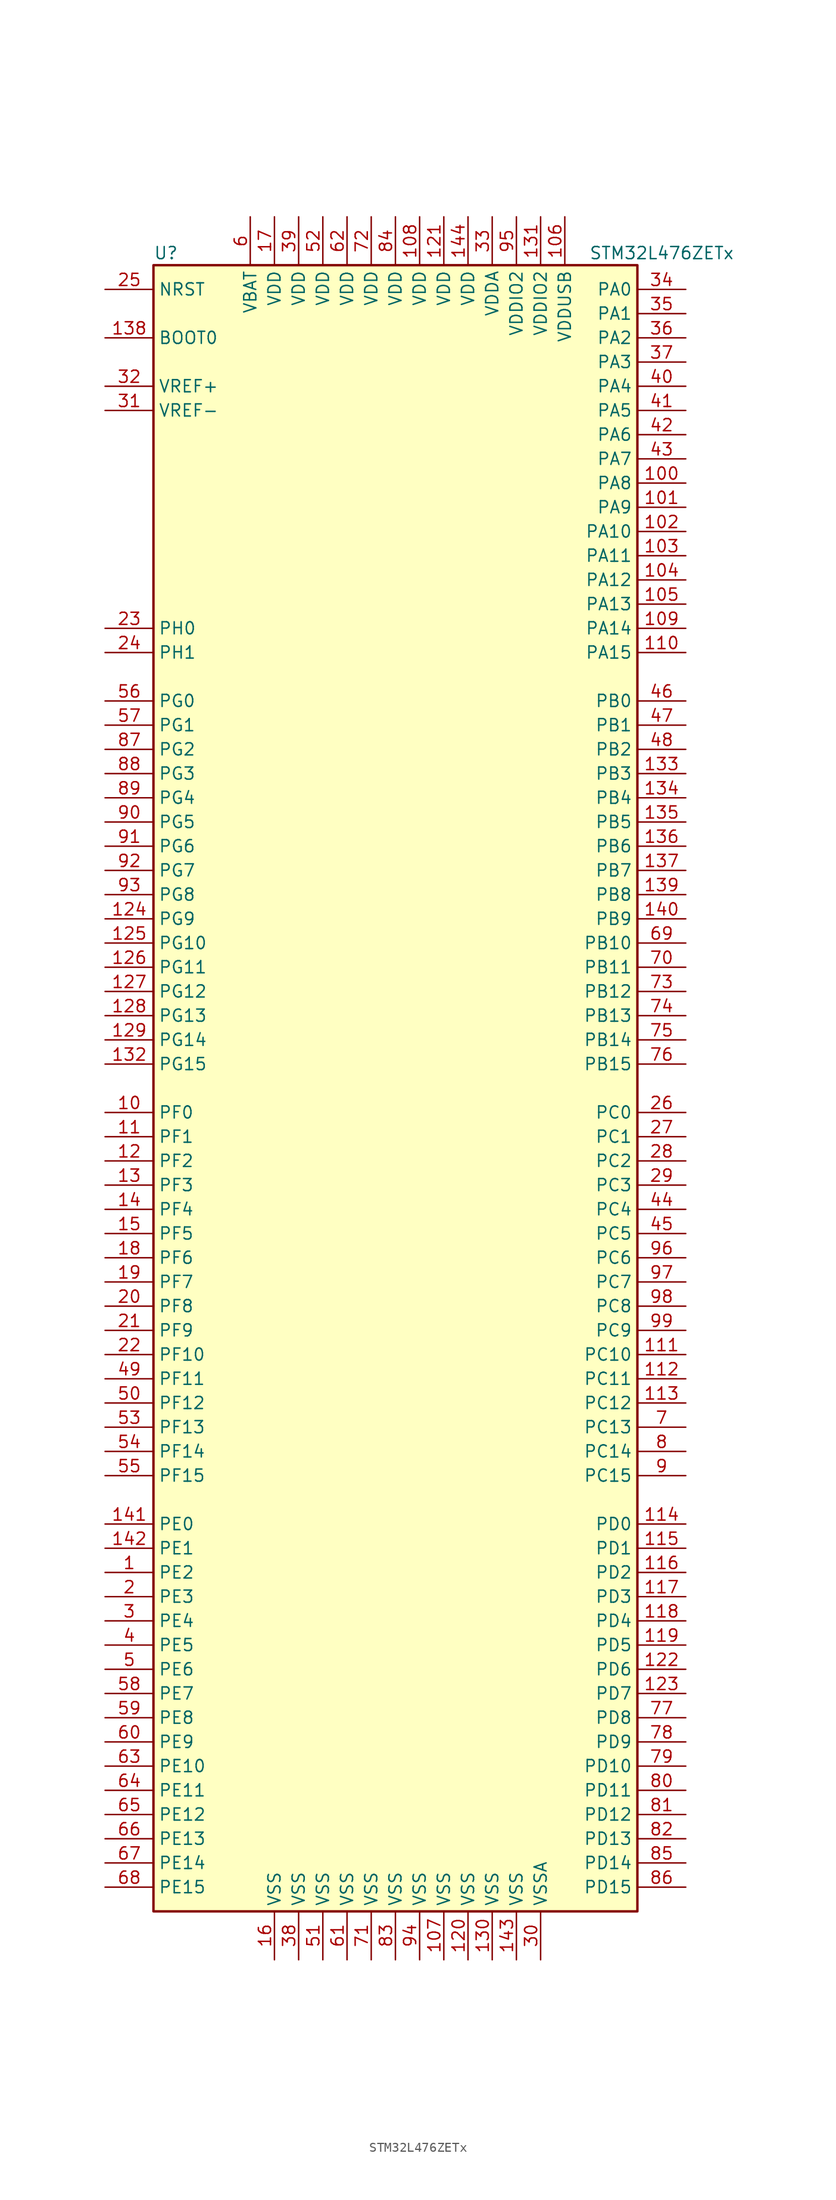
<source format=kicad_sym>
(kicad_symbol_lib
  (version 20201005)
  (generator kicad_symbol_editor)
  (symbol "MCU_ST_STM32L4:STM32L476ZETx"
    (property "Reference" "U"
      (at -25.4 87.63 0)
      (effects (font (size 1.27 1.27)) (justify left)))
    (property "Value" "STM32L476ZETx"
      (at 20.32 87.63 0)
      (effects (font (size 1.27 1.27)) (justify left)))
    (symbol "STM32L476ZETx_0_1"
      (rectangle (start -25.4 -86.36) (end 25.4 86.36) (stroke (width 0.254)) (fill (type background))))
    (symbol "STM32L476ZETx_1_1"
      (pin bidirectional line (at -30.48 -50.8 0) (length 5.08) (name "PE2" (effects (font (size 1.27 1.27)))) (number "1" (effects (font (size 1.27 1.27)))))
      (pin bidirectional line (at -30.48 -2.54 0) (length 5.08) (name "PF0" (effects (font (size 1.27 1.27)))) (number "10" (effects (font (size 1.27 1.27)))))
      (pin bidirectional line (at 30.48 63.5 180) (length 5.08) (name "PA8" (effects (font (size 1.27 1.27)))) (number "100" (effects (font (size 1.27 1.27)))))
      (pin bidirectional line (at 30.48 60.96 180) (length 5.08) (name "PA9" (effects (font (size 1.27 1.27)))) (number "101" (effects (font (size 1.27 1.27)))))
      (pin bidirectional line (at 30.48 58.42 180) (length 5.08) (name "PA10" (effects (font (size 1.27 1.27)))) (number "102" (effects (font (size 1.27 1.27)))))
      (pin bidirectional line (at 30.48 55.88 180) (length 5.08) (name "PA11" (effects (font (size 1.27 1.27)))) (number "103" (effects (font (size 1.27 1.27)))))
      (pin bidirectional line (at 30.48 53.34 180) (length 5.08) (name "PA12" (effects (font (size 1.27 1.27)))) (number "104" (effects (font (size 1.27 1.27)))))
      (pin bidirectional line (at 30.48 50.8 180) (length 5.08) (name "PA13" (effects (font (size 1.27 1.27)))) (number "105" (effects (font (size 1.27 1.27)))))
      (pin power_in line (at 17.78 91.44 270) (length 5.08) (name "VDDUSB" (effects (font (size 1.27 1.27)))) (number "106" (effects (font (size 1.27 1.27)))))
      (pin power_in line (at 5.08 -91.44 90) (length 5.08) (name "VSS" (effects (font (size 1.27 1.27)))) (number "107" (effects (font (size 1.27 1.27)))))
      (pin power_in line (at 2.54 91.44 270) (length 5.08) (name "VDD" (effects (font (size 1.27 1.27)))) (number "108" (effects (font (size 1.27 1.27)))))
      (pin bidirectional line (at 30.48 48.26 180) (length 5.08) (name "PA14" (effects (font (size 1.27 1.27)))) (number "109" (effects (font (size 1.27 1.27)))))
      (pin bidirectional line (at -30.48 -5.08 0) (length 5.08) (name "PF1" (effects (font (size 1.27 1.27)))) (number "11" (effects (font (size 1.27 1.27)))))
      (pin bidirectional line (at 30.48 45.72 180) (length 5.08) (name "PA15" (effects (font (size 1.27 1.27)))) (number "110" (effects (font (size 1.27 1.27)))))
      (pin bidirectional line (at 30.48 -27.94 180) (length 5.08) (name "PC10" (effects (font (size 1.27 1.27)))) (number "111" (effects (font (size 1.27 1.27)))))
      (pin bidirectional line (at 30.48 -30.48 180) (length 5.08) (name "PC11" (effects (font (size 1.27 1.27)))) (number "112" (effects (font (size 1.27 1.27)))))
      (pin bidirectional line (at 30.48 -33.02 180) (length 5.08) (name "PC12" (effects (font (size 1.27 1.27)))) (number "113" (effects (font (size 1.27 1.27)))))
      (pin bidirectional line (at 30.48 -45.72 180) (length 5.08) (name "PD0" (effects (font (size 1.27 1.27)))) (number "114" (effects (font (size 1.27 1.27)))))
      (pin bidirectional line (at 30.48 -48.26 180) (length 5.08) (name "PD1" (effects (font (size 1.27 1.27)))) (number "115" (effects (font (size 1.27 1.27)))))
      (pin bidirectional line (at 30.48 -50.8 180) (length 5.08) (name "PD2" (effects (font (size 1.27 1.27)))) (number "116" (effects (font (size 1.27 1.27)))))
      (pin bidirectional line (at 30.48 -53.34 180) (length 5.08) (name "PD3" (effects (font (size 1.27 1.27)))) (number "117" (effects (font (size 1.27 1.27)))))
      (pin bidirectional line (at 30.48 -55.88 180) (length 5.08) (name "PD4" (effects (font (size 1.27 1.27)))) (number "118" (effects (font (size 1.27 1.27)))))
      (pin bidirectional line (at 30.48 -58.42 180) (length 5.08) (name "PD5" (effects (font (size 1.27 1.27)))) (number "119" (effects (font (size 1.27 1.27)))))
      (pin bidirectional line (at -30.48 -7.62 0) (length 5.08) (name "PF2" (effects (font (size 1.27 1.27)))) (number "12" (effects (font (size 1.27 1.27)))))
      (pin power_in line (at 7.62 -91.44 90) (length 5.08) (name "VSS" (effects (font (size 1.27 1.27)))) (number "120" (effects (font (size 1.27 1.27)))))
      (pin power_in line (at 5.08 91.44 270) (length 5.08) (name "VDD" (effects (font (size 1.27 1.27)))) (number "121" (effects (font (size 1.27 1.27)))))
      (pin bidirectional line (at 30.48 -60.96 180) (length 5.08) (name "PD6" (effects (font (size 1.27 1.27)))) (number "122" (effects (font (size 1.27 1.27)))))
      (pin bidirectional line (at 30.48 -63.5 180) (length 5.08) (name "PD7" (effects (font (size 1.27 1.27)))) (number "123" (effects (font (size 1.27 1.27)))))
      (pin bidirectional line (at -30.48 17.78 0) (length 5.08) (name "PG9" (effects (font (size 1.27 1.27)))) (number "124" (effects (font (size 1.27 1.27)))))
      (pin bidirectional line (at -30.48 15.24 0) (length 5.08) (name "PG10" (effects (font (size 1.27 1.27)))) (number "125" (effects (font (size 1.27 1.27)))))
      (pin bidirectional line (at -30.48 12.7 0) (length 5.08) (name "PG11" (effects (font (size 1.27 1.27)))) (number "126" (effects (font (size 1.27 1.27)))))
      (pin bidirectional line (at -30.48 10.16 0) (length 5.08) (name "PG12" (effects (font (size 1.27 1.27)))) (number "127" (effects (font (size 1.27 1.27)))))
      (pin bidirectional line (at -30.48 7.62 0) (length 5.08) (name "PG13" (effects (font (size 1.27 1.27)))) (number "128" (effects (font (size 1.27 1.27)))))
      (pin bidirectional line (at -30.48 5.08 0) (length 5.08) (name "PG14" (effects (font (size 1.27 1.27)))) (number "129" (effects (font (size 1.27 1.27)))))
      (pin bidirectional line (at -30.48 -10.16 0) (length 5.08) (name "PF3" (effects (font (size 1.27 1.27)))) (number "13" (effects (font (size 1.27 1.27)))))
      (pin power_in line (at 10.16 -91.44 90) (length 5.08) (name "VSS" (effects (font (size 1.27 1.27)))) (number "130" (effects (font (size 1.27 1.27)))))
      (pin power_in line (at 15.24 91.44 270) (length 5.08) (name "VDDIO2" (effects (font (size 1.27 1.27)))) (number "131" (effects (font (size 1.27 1.27)))))
      (pin bidirectional line (at -30.48 2.54 0) (length 5.08) (name "PG15" (effects (font (size 1.27 1.27)))) (number "132" (effects (font (size 1.27 1.27)))))
      (pin bidirectional line (at 30.48 33.02 180) (length 5.08) (name "PB3" (effects (font (size 1.27 1.27)))) (number "133" (effects (font (size 1.27 1.27)))))
      (pin bidirectional line (at 30.48 30.48 180) (length 5.08) (name "PB4" (effects (font (size 1.27 1.27)))) (number "134" (effects (font (size 1.27 1.27)))))
      (pin bidirectional line (at 30.48 27.94 180) (length 5.08) (name "PB5" (effects (font (size 1.27 1.27)))) (number "135" (effects (font (size 1.27 1.27)))))
      (pin bidirectional line (at 30.48 25.4 180) (length 5.08) (name "PB6" (effects (font (size 1.27 1.27)))) (number "136" (effects (font (size 1.27 1.27)))))
      (pin bidirectional line (at 30.48 22.86 180) (length 5.08) (name "PB7" (effects (font (size 1.27 1.27)))) (number "137" (effects (font (size 1.27 1.27)))))
      (pin input line (at -30.48 78.74 0) (length 5.08) (name "BOOT0" (effects (font (size 1.27 1.27)))) (number "138" (effects (font (size 1.27 1.27)))))
      (pin bidirectional line (at 30.48 20.32 180) (length 5.08) (name "PB8" (effects (font (size 1.27 1.27)))) (number "139" (effects (font (size 1.27 1.27)))))
      (pin bidirectional line (at -30.48 -12.7 0) (length 5.08) (name "PF4" (effects (font (size 1.27 1.27)))) (number "14" (effects (font (size 1.27 1.27)))))
      (pin bidirectional line (at 30.48 17.78 180) (length 5.08) (name "PB9" (effects (font (size 1.27 1.27)))) (number "140" (effects (font (size 1.27 1.27)))))
      (pin bidirectional line (at -30.48 -45.72 0) (length 5.08) (name "PE0" (effects (font (size 1.27 1.27)))) (number "141" (effects (font (size 1.27 1.27)))))
      (pin bidirectional line (at -30.48 -48.26 0) (length 5.08) (name "PE1" (effects (font (size 1.27 1.27)))) (number "142" (effects (font (size 1.27 1.27)))))
      (pin power_in line (at 12.7 -91.44 90) (length 5.08) (name "VSS" (effects (font (size 1.27 1.27)))) (number "143" (effects (font (size 1.27 1.27)))))
      (pin power_in line (at 7.62 91.44 270) (length 5.08) (name "VDD" (effects (font (size 1.27 1.27)))) (number "144" (effects (font (size 1.27 1.27)))))
      (pin bidirectional line (at -30.48 -15.24 0) (length 5.08) (name "PF5" (effects (font (size 1.27 1.27)))) (number "15" (effects (font (size 1.27 1.27)))))
      (pin power_in line (at -12.7 -91.44 90) (length 5.08) (name "VSS" (effects (font (size 1.27 1.27)))) (number "16" (effects (font (size 1.27 1.27)))))
      (pin power_in line (at -12.7 91.44 270) (length 5.08) (name "VDD" (effects (font (size 1.27 1.27)))) (number "17" (effects (font (size 1.27 1.27)))))
      (pin bidirectional line (at -30.48 -17.78 0) (length 5.08) (name "PF6" (effects (font (size 1.27 1.27)))) (number "18" (effects (font (size 1.27 1.27)))))
      (pin bidirectional line (at -30.48 -20.32 0) (length 5.08) (name "PF7" (effects (font (size 1.27 1.27)))) (number "19" (effects (font (size 1.27 1.27)))))
      (pin bidirectional line (at -30.48 -53.34 0) (length 5.08) (name "PE3" (effects (font (size 1.27 1.27)))) (number "2" (effects (font (size 1.27 1.27)))))
      (pin bidirectional line (at -30.48 -22.86 0) (length 5.08) (name "PF8" (effects (font (size 1.27 1.27)))) (number "20" (effects (font (size 1.27 1.27)))))
      (pin bidirectional line (at -30.48 -25.4 0) (length 5.08) (name "PF9" (effects (font (size 1.27 1.27)))) (number "21" (effects (font (size 1.27 1.27)))))
      (pin bidirectional line (at -30.48 -27.94 0) (length 5.08) (name "PF10" (effects (font (size 1.27 1.27)))) (number "22" (effects (font (size 1.27 1.27)))))
      (pin input line (at -30.48 48.26 0) (length 5.08) (name "PH0" (effects (font (size 1.27 1.27)))) (number "23" (effects (font (size 1.27 1.27)))))
      (pin input line (at -30.48 45.72 0) (length 5.08) (name "PH1" (effects (font (size 1.27 1.27)))) (number "24" (effects (font (size 1.27 1.27)))))
      (pin input line (at -30.48 83.82 0) (length 5.08) (name "NRST" (effects (font (size 1.27 1.27)))) (number "25" (effects (font (size 1.27 1.27)))))
      (pin bidirectional line (at 30.48 -2.54 180) (length 5.08) (name "PC0" (effects (font (size 1.27 1.27)))) (number "26" (effects (font (size 1.27 1.27)))))
      (pin bidirectional line (at 30.48 -5.08 180) (length 5.08) (name "PC1" (effects (font (size 1.27 1.27)))) (number "27" (effects (font (size 1.27 1.27)))))
      (pin bidirectional line (at 30.48 -7.62 180) (length 5.08) (name "PC2" (effects (font (size 1.27 1.27)))) (number "28" (effects (font (size 1.27 1.27)))))
      (pin bidirectional line (at 30.48 -10.16 180) (length 5.08) (name "PC3" (effects (font (size 1.27 1.27)))) (number "29" (effects (font (size 1.27 1.27)))))
      (pin bidirectional line (at -30.48 -55.88 0) (length 5.08) (name "PE4" (effects (font (size 1.27 1.27)))) (number "3" (effects (font (size 1.27 1.27)))))
      (pin power_in line (at 15.24 -91.44 90) (length 5.08) (name "VSSA" (effects (font (size 1.27 1.27)))) (number "30" (effects (font (size 1.27 1.27)))))
      (pin power_in line (at -30.48 71.12 0) (length 5.08) (name "VREF-" (effects (font (size 1.27 1.27)))) (number "31" (effects (font (size 1.27 1.27)))))
      (pin bidirectional line (at -30.48 73.66 0) (length 5.08) (name "VREF+" (effects (font (size 1.27 1.27)))) (number "32" (effects (font (size 1.27 1.27)))))
      (pin power_in line (at 10.16 91.44 270) (length 5.08) (name "VDDA" (effects (font (size 1.27 1.27)))) (number "33" (effects (font (size 1.27 1.27)))))
      (pin bidirectional line (at 30.48 83.82 180) (length 5.08) (name "PA0" (effects (font (size 1.27 1.27)))) (number "34" (effects (font (size 1.27 1.27)))))
      (pin bidirectional line (at 30.48 81.28 180) (length 5.08) (name "PA1" (effects (font (size 1.27 1.27)))) (number "35" (effects (font (size 1.27 1.27)))))
      (pin bidirectional line (at 30.48 78.74 180) (length 5.08) (name "PA2" (effects (font (size 1.27 1.27)))) (number "36" (effects (font (size 1.27 1.27)))))
      (pin bidirectional line (at 30.48 76.2 180) (length 5.08) (name "PA3" (effects (font (size 1.27 1.27)))) (number "37" (effects (font (size 1.27 1.27)))))
      (pin power_in line (at -10.16 -91.44 90) (length 5.08) (name "VSS" (effects (font (size 1.27 1.27)))) (number "38" (effects (font (size 1.27 1.27)))))
      (pin power_in line (at -10.16 91.44 270) (length 5.08) (name "VDD" (effects (font (size 1.27 1.27)))) (number "39" (effects (font (size 1.27 1.27)))))
      (pin bidirectional line (at -30.48 -58.42 0) (length 5.08) (name "PE5" (effects (font (size 1.27 1.27)))) (number "4" (effects (font (size 1.27 1.27)))))
      (pin bidirectional line (at 30.48 73.66 180) (length 5.08) (name "PA4" (effects (font (size 1.27 1.27)))) (number "40" (effects (font (size 1.27 1.27)))))
      (pin bidirectional line (at 30.48 71.12 180) (length 5.08) (name "PA5" (effects (font (size 1.27 1.27)))) (number "41" (effects (font (size 1.27 1.27)))))
      (pin bidirectional line (at 30.48 68.58 180) (length 5.08) (name "PA6" (effects (font (size 1.27 1.27)))) (number "42" (effects (font (size 1.27 1.27)))))
      (pin bidirectional line (at 30.48 66.04 180) (length 5.08) (name "PA7" (effects (font (size 1.27 1.27)))) (number "43" (effects (font (size 1.27 1.27)))))
      (pin bidirectional line (at 30.48 -12.7 180) (length 5.08) (name "PC4" (effects (font (size 1.27 1.27)))) (number "44" (effects (font (size 1.27 1.27)))))
      (pin bidirectional line (at 30.48 -15.24 180) (length 5.08) (name "PC5" (effects (font (size 1.27 1.27)))) (number "45" (effects (font (size 1.27 1.27)))))
      (pin bidirectional line (at 30.48 40.64 180) (length 5.08) (name "PB0" (effects (font (size 1.27 1.27)))) (number "46" (effects (font (size 1.27 1.27)))))
      (pin bidirectional line (at 30.48 38.1 180) (length 5.08) (name "PB1" (effects (font (size 1.27 1.27)))) (number "47" (effects (font (size 1.27 1.27)))))
      (pin bidirectional line (at 30.48 35.56 180) (length 5.08) (name "PB2" (effects (font (size 1.27 1.27)))) (number "48" (effects (font (size 1.27 1.27)))))
      (pin bidirectional line (at -30.48 -30.48 0) (length 5.08) (name "PF11" (effects (font (size 1.27 1.27)))) (number "49" (effects (font (size 1.27 1.27)))))
      (pin bidirectional line (at -30.48 -60.96 0) (length 5.08) (name "PE6" (effects (font (size 1.27 1.27)))) (number "5" (effects (font (size 1.27 1.27)))))
      (pin bidirectional line (at -30.48 -33.02 0) (length 5.08) (name "PF12" (effects (font (size 1.27 1.27)))) (number "50" (effects (font (size 1.27 1.27)))))
      (pin power_in line (at -7.62 -91.44 90) (length 5.08) (name "VSS" (effects (font (size 1.27 1.27)))) (number "51" (effects (font (size 1.27 1.27)))))
      (pin power_in line (at -7.62 91.44 270) (length 5.08) (name "VDD" (effects (font (size 1.27 1.27)))) (number "52" (effects (font (size 1.27 1.27)))))
      (pin bidirectional line (at -30.48 -35.56 0) (length 5.08) (name "PF13" (effects (font (size 1.27 1.27)))) (number "53" (effects (font (size 1.27 1.27)))))
      (pin bidirectional line (at -30.48 -38.1 0) (length 5.08) (name "PF14" (effects (font (size 1.27 1.27)))) (number "54" (effects (font (size 1.27 1.27)))))
      (pin bidirectional line (at -30.48 -40.64 0) (length 5.08) (name "PF15" (effects (font (size 1.27 1.27)))) (number "55" (effects (font (size 1.27 1.27)))))
      (pin bidirectional line (at -30.48 40.64 0) (length 5.08) (name "PG0" (effects (font (size 1.27 1.27)))) (number "56" (effects (font (size 1.27 1.27)))))
      (pin bidirectional line (at -30.48 38.1 0) (length 5.08) (name "PG1" (effects (font (size 1.27 1.27)))) (number "57" (effects (font (size 1.27 1.27)))))
      (pin bidirectional line (at -30.48 -63.5 0) (length 5.08) (name "PE7" (effects (font (size 1.27 1.27)))) (number "58" (effects (font (size 1.27 1.27)))))
      (pin bidirectional line (at -30.48 -66.04 0) (length 5.08) (name "PE8" (effects (font (size 1.27 1.27)))) (number "59" (effects (font (size 1.27 1.27)))))
      (pin power_in line (at -15.24 91.44 270) (length 5.08) (name "VBAT" (effects (font (size 1.27 1.27)))) (number "6" (effects (font (size 1.27 1.27)))))
      (pin bidirectional line (at -30.48 -68.58 0) (length 5.08) (name "PE9" (effects (font (size 1.27 1.27)))) (number "60" (effects (font (size 1.27 1.27)))))
      (pin power_in line (at -5.08 -91.44 90) (length 5.08) (name "VSS" (effects (font (size 1.27 1.27)))) (number "61" (effects (font (size 1.27 1.27)))))
      (pin power_in line (at -5.08 91.44 270) (length 5.08) (name "VDD" (effects (font (size 1.27 1.27)))) (number "62" (effects (font (size 1.27 1.27)))))
      (pin bidirectional line (at -30.48 -71.12 0) (length 5.08) (name "PE10" (effects (font (size 1.27 1.27)))) (number "63" (effects (font (size 1.27 1.27)))))
      (pin bidirectional line (at -30.48 -73.66 0) (length 5.08) (name "PE11" (effects (font (size 1.27 1.27)))) (number "64" (effects (font (size 1.27 1.27)))))
      (pin bidirectional line (at -30.48 -76.2 0) (length 5.08) (name "PE12" (effects (font (size 1.27 1.27)))) (number "65" (effects (font (size 1.27 1.27)))))
      (pin bidirectional line (at -30.48 -78.74 0) (length 5.08) (name "PE13" (effects (font (size 1.27 1.27)))) (number "66" (effects (font (size 1.27 1.27)))))
      (pin bidirectional line (at -30.48 -81.28 0) (length 5.08) (name "PE14" (effects (font (size 1.27 1.27)))) (number "67" (effects (font (size 1.27 1.27)))))
      (pin bidirectional line (at -30.48 -83.82 0) (length 5.08) (name "PE15" (effects (font (size 1.27 1.27)))) (number "68" (effects (font (size 1.27 1.27)))))
      (pin bidirectional line (at 30.48 15.24 180) (length 5.08) (name "PB10" (effects (font (size 1.27 1.27)))) (number "69" (effects (font (size 1.27 1.27)))))
      (pin bidirectional line (at 30.48 -35.56 180) (length 5.08) (name "PC13" (effects (font (size 1.27 1.27)))) (number "7" (effects (font (size 1.27 1.27)))))
      (pin bidirectional line (at 30.48 12.7 180) (length 5.08) (name "PB11" (effects (font (size 1.27 1.27)))) (number "70" (effects (font (size 1.27 1.27)))))
      (pin power_in line (at -2.54 -91.44 90) (length 5.08) (name "VSS" (effects (font (size 1.27 1.27)))) (number "71" (effects (font (size 1.27 1.27)))))
      (pin power_in line (at -2.54 91.44 270) (length 5.08) (name "VDD" (effects (font (size 1.27 1.27)))) (number "72" (effects (font (size 1.27 1.27)))))
      (pin bidirectional line (at 30.48 10.16 180) (length 5.08) (name "PB12" (effects (font (size 1.27 1.27)))) (number "73" (effects (font (size 1.27 1.27)))))
      (pin bidirectional line (at 30.48 7.62 180) (length 5.08) (name "PB13" (effects (font (size 1.27 1.27)))) (number "74" (effects (font (size 1.27 1.27)))))
      (pin bidirectional line (at 30.48 5.08 180) (length 5.08) (name "PB14" (effects (font (size 1.27 1.27)))) (number "75" (effects (font (size 1.27 1.27)))))
      (pin bidirectional line (at 30.48 2.54 180) (length 5.08) (name "PB15" (effects (font (size 1.27 1.27)))) (number "76" (effects (font (size 1.27 1.27)))))
      (pin bidirectional line (at 30.48 -66.04 180) (length 5.08) (name "PD8" (effects (font (size 1.27 1.27)))) (number "77" (effects (font (size 1.27 1.27)))))
      (pin bidirectional line (at 30.48 -68.58 180) (length 5.08) (name "PD9" (effects (font (size 1.27 1.27)))) (number "78" (effects (font (size 1.27 1.27)))))
      (pin bidirectional line (at 30.48 -71.12 180) (length 5.08) (name "PD10" (effects (font (size 1.27 1.27)))) (number "79" (effects (font (size 1.27 1.27)))))
      (pin bidirectional line (at 30.48 -38.1 180) (length 5.08) (name "PC14" (effects (font (size 1.27 1.27)))) (number "8" (effects (font (size 1.27 1.27)))))
      (pin bidirectional line (at 30.48 -73.66 180) (length 5.08) (name "PD11" (effects (font (size 1.27 1.27)))) (number "80" (effects (font (size 1.27 1.27)))))
      (pin bidirectional line (at 30.48 -76.2 180) (length 5.08) (name "PD12" (effects (font (size 1.27 1.27)))) (number "81" (effects (font (size 1.27 1.27)))))
      (pin bidirectional line (at 30.48 -78.74 180) (length 5.08) (name "PD13" (effects (font (size 1.27 1.27)))) (number "82" (effects (font (size 1.27 1.27)))))
      (pin power_in line (at 0 -91.44 90) (length 5.08) (name "VSS" (effects (font (size 1.27 1.27)))) (number "83" (effects (font (size 1.27 1.27)))))
      (pin power_in line (at 0 91.44 270) (length 5.08) (name "VDD" (effects (font (size 1.27 1.27)))) (number "84" (effects (font (size 1.27 1.27)))))
      (pin bidirectional line (at 30.48 -81.28 180) (length 5.08) (name "PD14" (effects (font (size 1.27 1.27)))) (number "85" (effects (font (size 1.27 1.27)))))
      (pin bidirectional line (at 30.48 -83.82 180) (length 5.08) (name "PD15" (effects (font (size 1.27 1.27)))) (number "86" (effects (font (size 1.27 1.27)))))
      (pin bidirectional line (at -30.48 35.56 0) (length 5.08) (name "PG2" (effects (font (size 1.27 1.27)))) (number "87" (effects (font (size 1.27 1.27)))))
      (pin bidirectional line (at -30.48 33.02 0) (length 5.08) (name "PG3" (effects (font (size 1.27 1.27)))) (number "88" (effects (font (size 1.27 1.27)))))
      (pin bidirectional line (at -30.48 30.48 0) (length 5.08) (name "PG4" (effects (font (size 1.27 1.27)))) (number "89" (effects (font (size 1.27 1.27)))))
      (pin bidirectional line (at 30.48 -40.64 180) (length 5.08) (name "PC15" (effects (font (size 1.27 1.27)))) (number "9" (effects (font (size 1.27 1.27)))))
      (pin bidirectional line (at -30.48 27.94 0) (length 5.08) (name "PG5" (effects (font (size 1.27 1.27)))) (number "90" (effects (font (size 1.27 1.27)))))
      (pin bidirectional line (at -30.48 25.4 0) (length 5.08) (name "PG6" (effects (font (size 1.27 1.27)))) (number "91" (effects (font (size 1.27 1.27)))))
      (pin bidirectional line (at -30.48 22.86 0) (length 5.08) (name "PG7" (effects (font (size 1.27 1.27)))) (number "92" (effects (font (size 1.27 1.27)))))
      (pin bidirectional line (at -30.48 20.32 0) (length 5.08) (name "PG8" (effects (font (size 1.27 1.27)))) (number "93" (effects (font (size 1.27 1.27)))))
      (pin power_in line (at 2.54 -91.44 90) (length 5.08) (name "VSS" (effects (font (size 1.27 1.27)))) (number "94" (effects (font (size 1.27 1.27)))))
      (pin power_in line (at 12.7 91.44 270) (length 5.08) (name "VDDIO2" (effects (font (size 1.27 1.27)))) (number "95" (effects (font (size 1.27 1.27)))))
      (pin bidirectional line (at 30.48 -17.78 180) (length 5.08) (name "PC6" (effects (font (size 1.27 1.27)))) (number "96" (effects (font (size 1.27 1.27)))))
      (pin bidirectional line (at 30.48 -20.32 180) (length 5.08) (name "PC7" (effects (font (size 1.27 1.27)))) (number "97" (effects (font (size 1.27 1.27)))))
      (pin bidirectional line (at 30.48 -22.86 180) (length 5.08) (name "PC8" (effects (font (size 1.27 1.27)))) (number "98" (effects (font (size 1.27 1.27)))))
      (pin bidirectional line (at 30.48 -25.4 180) (length 5.08) (name "PC9" (effects (font (size 1.27 1.27)))) (number "99" (effects (font (size 1.27 1.27))))))))
</source>
